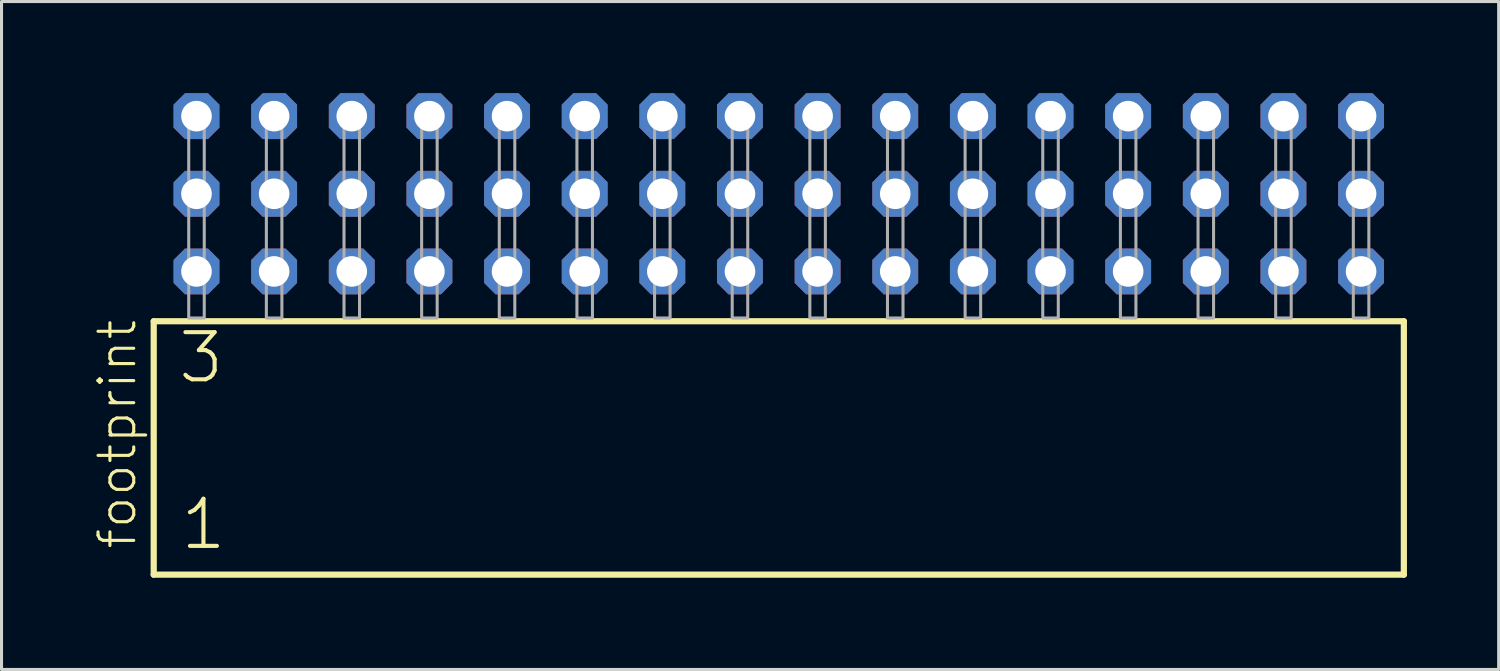
<source format=kicad_pcb>
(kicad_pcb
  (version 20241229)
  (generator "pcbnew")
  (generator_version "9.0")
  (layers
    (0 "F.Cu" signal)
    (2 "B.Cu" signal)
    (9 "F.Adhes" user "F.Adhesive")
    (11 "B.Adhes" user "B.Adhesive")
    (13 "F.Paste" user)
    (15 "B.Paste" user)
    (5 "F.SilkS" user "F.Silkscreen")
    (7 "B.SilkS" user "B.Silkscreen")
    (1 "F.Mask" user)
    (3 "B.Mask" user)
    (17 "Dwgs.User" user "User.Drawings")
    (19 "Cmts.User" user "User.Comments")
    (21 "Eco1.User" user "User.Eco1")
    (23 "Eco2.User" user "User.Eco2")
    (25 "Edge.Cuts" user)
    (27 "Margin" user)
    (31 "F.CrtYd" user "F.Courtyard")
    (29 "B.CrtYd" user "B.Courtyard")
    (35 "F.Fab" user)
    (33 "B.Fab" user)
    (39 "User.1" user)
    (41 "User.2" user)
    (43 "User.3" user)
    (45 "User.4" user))
  (footprint "footprint"
    (layer "F.Cu")
    (at 22.428 7.354)
    (property "Reference" "footprint" (at -20.955 7.62 90) (layer "F.SilkS") (effects (font (size 1.168 1.168) (thickness 0.102)) (justify left bottom)))
    (fp_line (start -20.449 0.106) (end -20.449 8.396) (stroke (width 0.203) (type solid)) (layer "F.SilkS"))
    (fp_line (start -20.449 8.396) (end 20.449 8.396) (stroke (width 0.203) (type solid)) (layer "F.SilkS"))
    (fp_line (start 20.449 0.106) (end -20.449 0.106) (stroke (width 0.203) (type solid)) (layer "F.SilkS"))
    (fp_line (start 20.449 8.396) (end 20.449 0.106) (stroke (width 0.203) (type solid)) (layer "F.SilkS"))
    (fp_poly (pts (xy -19.304 0) (xy -18.796 0) (xy -18.796 -6.858) (xy -19.304 -6.858)) (stroke (width 0.1) (type solid)) (fill no) (layer "F.Fab"))
    (fp_poly (pts (xy -16.764 0) (xy -16.256 0) (xy -16.256 -6.858) (xy -16.764 -6.858)) (stroke (width 0.1) (type solid)) (fill no) (layer "F.Fab"))
    (fp_poly (pts (xy -14.224 0) (xy -13.716 0) (xy -13.716 -6.858) (xy -14.224 -6.858)) (stroke (width 0.1) (type solid)) (fill no) (layer "F.Fab"))
    (fp_poly (pts (xy -11.684 0) (xy -11.176 0) (xy -11.176 -6.858) (xy -11.684 -6.858)) (stroke (width 0.1) (type solid)) (fill no) (layer "F.Fab"))
    (fp_poly (pts (xy -9.144 0) (xy -8.636 0) (xy -8.636 -6.858) (xy -9.144 -6.858)) (stroke (width 0.1) (type solid)) (fill no) (layer "F.Fab"))
    (fp_poly (pts (xy -6.604 0) (xy -6.096 0) (xy -6.096 -6.858) (xy -6.604 -6.858)) (stroke (width 0.1) (type solid)) (fill no) (layer "F.Fab"))
    (fp_poly (pts (xy -4.064 0) (xy -3.556 0) (xy -3.556 -6.858) (xy -4.064 -6.858)) (stroke (width 0.1) (type solid)) (fill no) (layer "F.Fab"))
    (fp_poly (pts (xy -1.524 0) (xy -1.016 0) (xy -1.016 -6.858) (xy -1.524 -6.858)) (stroke (width 0.1) (type solid)) (fill no) (layer "F.Fab"))
    (fp_poly (pts (xy 1.016 0) (xy 1.524 0) (xy 1.524 -6.858) (xy 1.016 -6.858)) (stroke (width 0.1) (type solid)) (fill no) (layer "F.Fab"))
    (fp_poly (pts (xy 3.556 0) (xy 4.064 0) (xy 4.064 -6.858) (xy 3.556 -6.858)) (stroke (width 0.1) (type solid)) (fill no) (layer "F.Fab"))
    (fp_poly (pts (xy 6.096 0) (xy 6.604 0) (xy 6.604 -6.858) (xy 6.096 -6.858)) (stroke (width 0.1) (type solid)) (fill no) (layer "F.Fab"))
    (fp_poly (pts (xy 8.636 0) (xy 9.144 0) (xy 9.144 -6.858) (xy 8.636 -6.858)) (stroke (width 0.1) (type solid)) (fill no) (layer "F.Fab"))
    (fp_poly (pts (xy 11.176 0) (xy 11.684 0) (xy 11.684 -6.858) (xy 11.176 -6.858)) (stroke (width 0.1) (type solid)) (fill no) (layer "F.Fab"))
    (fp_poly (pts (xy 13.716 0) (xy 14.224 0) (xy 14.224 -6.858) (xy 13.716 -6.858)) (stroke (width 0.1) (type solid)) (fill no) (layer "F.Fab"))
    (fp_poly (pts (xy 16.256 0) (xy 16.764 0) (xy 16.764 -6.858) (xy 16.256 -6.858)) (stroke (width 0.1) (type solid)) (fill no) (layer "F.Fab"))
    (fp_poly (pts (xy 18.796 0) (xy 19.304 0) (xy 19.304 -6.858) (xy 18.796 -6.858)) (stroke (width 0.1) (type solid)) (fill no) (layer "F.Fab"))
    (fp_text user "1" (at -19.645 7.65 0) (layer "F.SilkS") (effects (font (size 1.542 1.542) (thickness 0.134)) (justify left bottom)))
    (fp_text user "3" (at -19.72 2.2 0) (layer "F.SilkS") (effects (font (size 1.542 1.542) (thickness 0.134)) (justify left bottom)))
    (pad "1" thru_hole roundrect (at -19.05 -1.524) (size 1.5 1.5) (drill 1) (layers "*.Cu" "*.Mask") (roundrect_rratio 0.25) (chamfer_ratio 0.25) (chamfer top_left top_right bottom_left bottom_right))
    (pad "2" thru_hole roundrect (at -19.05 -4.064) (size 1.5 1.5) (drill 1) (layers "*.Cu" "*.Mask") (roundrect_rratio 0.25) (chamfer_ratio 0.25) (chamfer top_left top_right bottom_left bottom_right))
    (pad "3" thru_hole roundrect (at -19.05 -6.604) (size 1.5 1.5) (drill 1) (layers "*.Cu" "*.Mask") (roundrect_rratio 0.25) (chamfer_ratio 0.25) (chamfer top_left top_right bottom_left bottom_right))
    (pad "4" thru_hole roundrect (at -16.51 -1.524) (size 1.5 1.5) (drill 1) (layers "*.Cu" "*.Mask") (roundrect_rratio 0.25) (chamfer_ratio 0.25) (chamfer top_left top_right bottom_left bottom_right))
    (pad "5" thru_hole roundrect (at -16.51 -4.064) (size 1.5 1.5) (drill 1) (layers "*.Cu" "*.Mask") (roundrect_rratio 0.25) (chamfer_ratio 0.25) (chamfer top_left top_right bottom_left bottom_right))
    (pad "6" thru_hole roundrect (at -16.51 -6.604) (size 1.5 1.5) (drill 1) (layers "*.Cu" "*.Mask") (roundrect_rratio 0.25) (chamfer_ratio 0.25) (chamfer top_left top_right bottom_left bottom_right))
    (pad "7" thru_hole roundrect (at -13.97 -1.524) (size 1.5 1.5) (drill 1) (layers "*.Cu" "*.Mask") (roundrect_rratio 0.25) (chamfer_ratio 0.25) (chamfer top_left top_right bottom_left bottom_right))
    (pad "8" thru_hole roundrect (at -13.97 -4.064) (size 1.5 1.5) (drill 1) (layers "*.Cu" "*.Mask") (roundrect_rratio 0.25) (chamfer_ratio 0.25) (chamfer top_left top_right bottom_left bottom_right))
    (pad "9" thru_hole roundrect (at -13.97 -6.604) (size 1.5 1.5) (drill 1) (layers "*.Cu" "*.Mask") (roundrect_rratio 0.25) (chamfer_ratio 0.25) (chamfer top_left top_right bottom_left bottom_right))
    (pad "10" thru_hole roundrect (at -11.43 -1.524) (size 1.5 1.5) (drill 1) (layers "*.Cu" "*.Mask") (roundrect_rratio 0.25) (chamfer_ratio 0.25) (chamfer top_left top_right bottom_left bottom_right))
    (pad "11" thru_hole roundrect (at -11.43 -4.064) (size 1.5 1.5) (drill 1) (layers "*.Cu" "*.Mask") (roundrect_rratio 0.25) (chamfer_ratio 0.25) (chamfer top_left top_right bottom_left bottom_right))
    (pad "12" thru_hole roundrect (at -11.43 -6.604) (size 1.5 1.5) (drill 1) (layers "*.Cu" "*.Mask") (roundrect_rratio 0.25) (chamfer_ratio 0.25) (chamfer top_left top_right bottom_left bottom_right))
    (pad "13" thru_hole roundrect (at -8.89 -1.524) (size 1.5 1.5) (drill 1) (layers "*.Cu" "*.Mask") (roundrect_rratio 0.25) (chamfer_ratio 0.25) (chamfer top_left top_right bottom_left bottom_right))
    (pad "14" thru_hole roundrect (at -8.89 -4.064) (size 1.5 1.5) (drill 1) (layers "*.Cu" "*.Mask") (roundrect_rratio 0.25) (chamfer_ratio 0.25) (chamfer top_left top_right bottom_left bottom_right))
    (pad "15" thru_hole roundrect (at -8.89 -6.604) (size 1.5 1.5) (drill 1) (layers "*.Cu" "*.Mask") (roundrect_rratio 0.25) (chamfer_ratio 0.25) (chamfer top_left top_right bottom_left bottom_right))
    (pad "16" thru_hole roundrect (at -6.35 -1.524) (size 1.5 1.5) (drill 1) (layers "*.Cu" "*.Mask") (roundrect_rratio 0.25) (chamfer_ratio 0.25) (chamfer top_left top_right bottom_left bottom_right))
    (pad "17" thru_hole roundrect (at -6.35 -4.064) (size 1.5 1.5) (drill 1) (layers "*.Cu" "*.Mask") (roundrect_rratio 0.25) (chamfer_ratio 0.25) (chamfer top_left top_right bottom_left bottom_right))
    (pad "18" thru_hole roundrect (at -6.35 -6.604) (size 1.5 1.5) (drill 1) (layers "*.Cu" "*.Mask") (roundrect_rratio 0.25) (chamfer_ratio 0.25) (chamfer top_left top_right bottom_left bottom_right))
    (pad "19" thru_hole roundrect (at -3.81 -1.524) (size 1.5 1.5) (drill 1) (layers "*.Cu" "*.Mask") (roundrect_rratio 0.25) (chamfer_ratio 0.25) (chamfer top_left top_right bottom_left bottom_right))
    (pad "20" thru_hole roundrect (at -3.81 -4.064) (size 1.5 1.5) (drill 1) (layers "*.Cu" "*.Mask") (roundrect_rratio 0.25) (chamfer_ratio 0.25) (chamfer top_left top_right bottom_left bottom_right))
    (pad "21" thru_hole roundrect (at -3.81 -6.604) (size 1.5 1.5) (drill 1) (layers "*.Cu" "*.Mask") (roundrect_rratio 0.25) (chamfer_ratio 0.25) (chamfer top_left top_right bottom_left bottom_right))
    (pad "22" thru_hole roundrect (at -1.27 -1.524) (size 1.5 1.5) (drill 1) (layers "*.Cu" "*.Mask") (roundrect_rratio 0.25) (chamfer_ratio 0.25) (chamfer top_left top_right bottom_left bottom_right))
    (pad "23" thru_hole roundrect (at -1.27 -4.064) (size 1.5 1.5) (drill 1) (layers "*.Cu" "*.Mask") (roundrect_rratio 0.25) (chamfer_ratio 0.25) (chamfer top_left top_right bottom_left bottom_right))
    (pad "24" thru_hole roundrect (at -1.27 -6.604) (size 1.5 1.5) (drill 1) (layers "*.Cu" "*.Mask") (roundrect_rratio 0.25) (chamfer_ratio 0.25) (chamfer top_left top_right bottom_left bottom_right))
    (pad "25" thru_hole roundrect (at 1.27 -1.524) (size 1.5 1.5) (drill 1) (layers "*.Cu" "*.Mask") (roundrect_rratio 0.25) (chamfer_ratio 0.25) (chamfer top_left top_right bottom_left bottom_right))
    (pad "26" thru_hole roundrect (at 1.27 -4.064) (size 1.5 1.5) (drill 1) (layers "*.Cu" "*.Mask") (roundrect_rratio 0.25) (chamfer_ratio 0.25) (chamfer top_left top_right bottom_left bottom_right))
    (pad "27" thru_hole roundrect (at 1.27 -6.604) (size 1.5 1.5) (drill 1) (layers "*.Cu" "*.Mask") (roundrect_rratio 0.25) (chamfer_ratio 0.25) (chamfer top_left top_right bottom_left bottom_right))
    (pad "28" thru_hole roundrect (at 3.81 -1.524) (size 1.5 1.5) (drill 1) (layers "*.Cu" "*.Mask") (roundrect_rratio 0.25) (chamfer_ratio 0.25) (chamfer top_left top_right bottom_left bottom_right))
    (pad "29" thru_hole roundrect (at 3.81 -4.064) (size 1.5 1.5) (drill 1) (layers "*.Cu" "*.Mask") (roundrect_rratio 0.25) (chamfer_ratio 0.25) (chamfer top_left top_right bottom_left bottom_right))
    (pad "30" thru_hole roundrect (at 3.81 -6.604) (size 1.5 1.5) (drill 1) (layers "*.Cu" "*.Mask") (roundrect_rratio 0.25) (chamfer_ratio 0.25) (chamfer top_left top_right bottom_left bottom_right))
    (pad "31" thru_hole roundrect (at 6.35 -1.524) (size 1.5 1.5) (drill 1) (layers "*.Cu" "*.Mask") (roundrect_rratio 0.25) (chamfer_ratio 0.25) (chamfer top_left top_right bottom_left bottom_right))
    (pad "32" thru_hole roundrect (at 6.35 -4.064) (size 1.5 1.5) (drill 1) (layers "*.Cu" "*.Mask") (roundrect_rratio 0.25) (chamfer_ratio 0.25) (chamfer top_left top_right bottom_left bottom_right))
    (pad "33" thru_hole roundrect (at 6.35 -6.604) (size 1.5 1.5) (drill 1) (layers "*.Cu" "*.Mask") (roundrect_rratio 0.25) (chamfer_ratio 0.25) (chamfer top_left top_right bottom_left bottom_right))
    (pad "34" thru_hole roundrect (at 8.89 -1.524) (size 1.5 1.5) (drill 1) (layers "*.Cu" "*.Mask") (roundrect_rratio 0.25) (chamfer_ratio 0.25) (chamfer top_left top_right bottom_left bottom_right))
    (pad "35" thru_hole roundrect (at 8.89 -4.064) (size 1.5 1.5) (drill 1) (layers "*.Cu" "*.Mask") (roundrect_rratio 0.25) (chamfer_ratio 0.25) (chamfer top_left top_right bottom_left bottom_right))
    (pad "36" thru_hole roundrect (at 8.89 -6.604) (size 1.5 1.5) (drill 1) (layers "*.Cu" "*.Mask") (roundrect_rratio 0.25) (chamfer_ratio 0.25) (chamfer top_left top_right bottom_left bottom_right))
    (pad "37" thru_hole roundrect (at 11.43 -1.524) (size 1.5 1.5) (drill 1) (layers "*.Cu" "*.Mask") (roundrect_rratio 0.25) (chamfer_ratio 0.25) (chamfer top_left top_right bottom_left bottom_right))
    (pad "38" thru_hole roundrect (at 11.43 -4.064) (size 1.5 1.5) (drill 1) (layers "*.Cu" "*.Mask") (roundrect_rratio 0.25) (chamfer_ratio 0.25) (chamfer top_left top_right bottom_left bottom_right))
    (pad "39" thru_hole roundrect (at 11.43 -6.604) (size 1.5 1.5) (drill 1) (layers "*.Cu" "*.Mask") (roundrect_rratio 0.25) (chamfer_ratio 0.25) (chamfer top_left top_right bottom_left bottom_right))
    (pad "40" thru_hole roundrect (at 13.97 -1.524) (size 1.5 1.5) (drill 1) (layers "*.Cu" "*.Mask") (roundrect_rratio 0.25) (chamfer_ratio 0.25) (chamfer top_left top_right bottom_left bottom_right))
    (pad "41" thru_hole roundrect (at 13.97 -4.064) (size 1.5 1.5) (drill 1) (layers "*.Cu" "*.Mask") (roundrect_rratio 0.25) (chamfer_ratio 0.25) (chamfer top_left top_right bottom_left bottom_right))
    (pad "42" thru_hole roundrect (at 13.97 -6.604) (size 1.5 1.5) (drill 1) (layers "*.Cu" "*.Mask") (roundrect_rratio 0.25) (chamfer_ratio 0.25) (chamfer top_left top_right bottom_left bottom_right))
    (pad "43" thru_hole roundrect (at 16.51 -1.524) (size 1.5 1.5) (drill 1) (layers "*.Cu" "*.Mask") (roundrect_rratio 0.25) (chamfer_ratio 0.25) (chamfer top_left top_right bottom_left bottom_right))
    (pad "44" thru_hole roundrect (at 16.51 -4.064) (size 1.5 1.5) (drill 1) (layers "*.Cu" "*.Mask") (roundrect_rratio 0.25) (chamfer_ratio 0.25) (chamfer top_left top_right bottom_left bottom_right))
    (pad "45" thru_hole roundrect (at 16.51 -6.604) (size 1.5 1.5) (drill 1) (layers "*.Cu" "*.Mask") (roundrect_rratio 0.25) (chamfer_ratio 0.25) (chamfer top_left top_right bottom_left bottom_right))
    (pad "46" thru_hole roundrect (at 19.05 -1.524) (size 1.5 1.5) (drill 1) (layers "*.Cu" "*.Mask") (roundrect_rratio 0.25) (chamfer_ratio 0.25) (chamfer top_left top_right bottom_left bottom_right))
    (pad "47" thru_hole roundrect (at 19.05 -4.064) (size 1.5 1.5) (drill 1) (layers "*.Cu" "*.Mask") (roundrect_rratio 0.25) (chamfer_ratio 0.25) (chamfer top_left top_right bottom_left bottom_right))
    (pad "48" thru_hole roundrect (at 19.05 -6.604) (size 1.5 1.5) (drill 1) (layers "*.Cu" "*.Mask") (roundrect_rratio 0.25) (chamfer_ratio 0.25) (chamfer top_left top_right bottom_left bottom_right)))
  (gr_rect
    (start -3 -3)
    (end 45.979 18.852)
    (stroke (width 0.1) (type default))
    (fill no)
    (layer "Edge.Cuts")))
</source>
